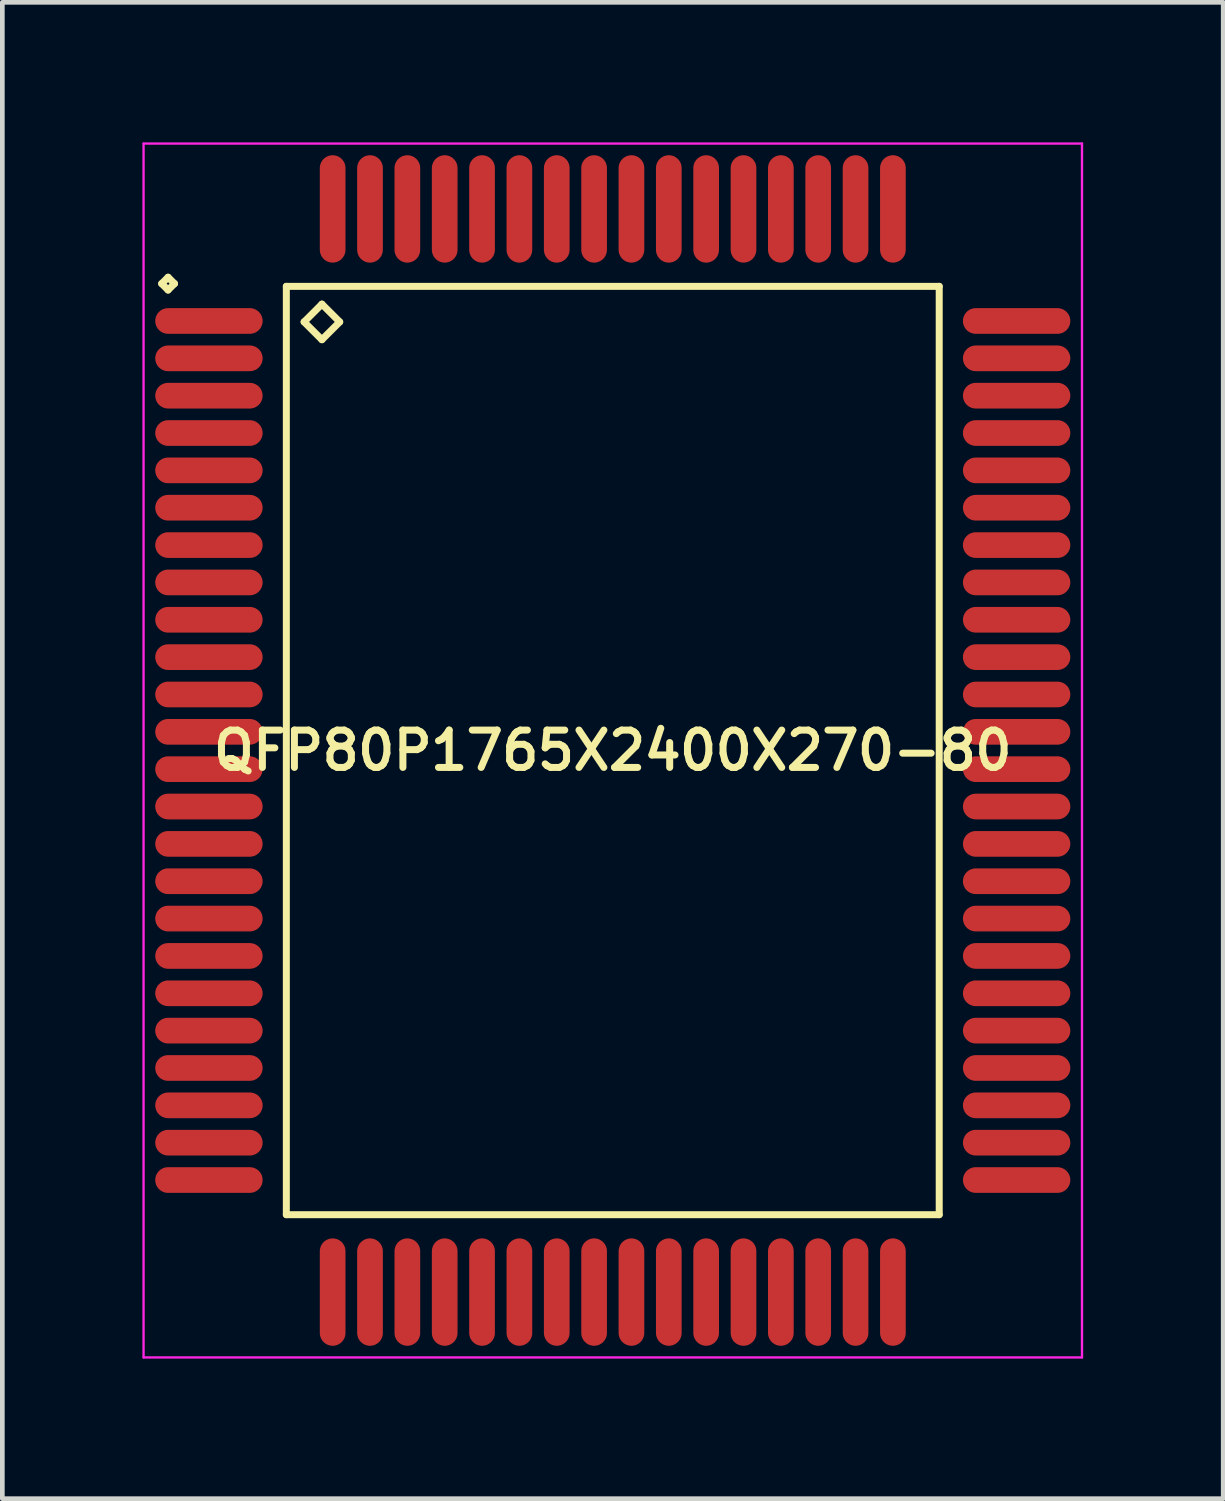
<source format=kicad_pcb>
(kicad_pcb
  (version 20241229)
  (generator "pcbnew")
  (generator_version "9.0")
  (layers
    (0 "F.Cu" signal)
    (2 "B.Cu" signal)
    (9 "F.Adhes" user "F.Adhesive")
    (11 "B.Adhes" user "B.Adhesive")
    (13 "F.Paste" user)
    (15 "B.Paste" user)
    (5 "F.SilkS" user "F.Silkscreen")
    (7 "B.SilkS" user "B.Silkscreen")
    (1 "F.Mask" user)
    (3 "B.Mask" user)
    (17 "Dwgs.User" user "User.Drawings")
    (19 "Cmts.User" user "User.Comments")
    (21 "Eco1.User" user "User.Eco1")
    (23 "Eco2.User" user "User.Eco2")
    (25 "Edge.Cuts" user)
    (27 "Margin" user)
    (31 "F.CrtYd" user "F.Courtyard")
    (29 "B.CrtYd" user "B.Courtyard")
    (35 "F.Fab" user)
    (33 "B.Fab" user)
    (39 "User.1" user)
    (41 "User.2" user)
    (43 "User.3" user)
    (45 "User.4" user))
  (footprint "QFP80P1765X2400X270-80"
    (layer "F.Cu")
    (at 10.075 13.025)
    (property "Reference" "QFP80P1765X2400X270-80" (at 0 0 0) (layer "F.SilkS") (effects (font (size 0.8 0.8) (thickness 0.15))))
    (attr smd)
    (fp_line (start -9.662 -10) (end -9.525 -10.137) (stroke (width 0.15) (type solid)) (layer "F.SilkS"))
    (fp_line (start -9.525 -10.137) (end -9.387 -10) (stroke (width 0.15) (type solid)) (layer "F.SilkS"))
    (fp_line (start -9.525 -9.863) (end -9.662 -10) (stroke (width 0.15) (type solid)) (layer "F.SilkS"))
    (fp_line (start -9.387 -10) (end -9.525 -9.863) (stroke (width 0.15) (type solid)) (layer "F.SilkS"))
    (fp_line (start -6.992 -9.942) (end -6.992 9.942) (stroke (width 0.15) (type solid)) (layer "F.SilkS"))
    (fp_line (start -6.992 9.942) (end 6.992 9.942) (stroke (width 0.15) (type solid)) (layer "F.SilkS"))
    (fp_line (start -6.611 -9.18) (end -6.23 -9.561) (stroke (width 0.15) (type solid)) (layer "F.SilkS"))
    (fp_line (start -6.23 -9.561) (end -5.849 -9.18) (stroke (width 0.15) (type solid)) (layer "F.SilkS"))
    (fp_line (start -6.23 -8.799) (end -6.611 -9.18) (stroke (width 0.15) (type solid)) (layer "F.SilkS"))
    (fp_line (start -5.849 -9.18) (end -6.23 -8.799) (stroke (width 0.15) (type solid)) (layer "F.SilkS"))
    (fp_line (start 6.992 -9.942) (end -6.992 -9.942) (stroke (width 0.15) (type solid)) (layer "F.SilkS"))
    (fp_line (start 6.992 9.942) (end 6.992 -9.942) (stroke (width 0.15) (type solid)) (layer "F.SilkS"))
    (fp_line (start -10.05 -13) (end 10.05 -13) (stroke (width 0.05) (type solid)) (layer "F.CrtYd"))
    (fp_line (start -10.05 13) (end -10.05 -13) (stroke (width 0.05) (type solid)) (layer "F.CrtYd"))
    (fp_line (start 10.05 -13) (end 10.05 13) (stroke (width 0.05) (type solid)) (layer "F.CrtYd"))
    (fp_line (start 10.05 13) (end -10.05 13) (stroke (width 0.05) (type solid)) (layer "F.CrtYd"))
    (pad "1" smd oval (at -8.65 -9.2) (size 2.3 0.55) (layers "F.Cu" "F.Mask" "F.Paste"))
    (pad "2" smd oval (at -8.65 -8.4) (size 2.3 0.55) (layers "F.Cu" "F.Mask" "F.Paste"))
    (pad "3" smd oval (at -8.65 -7.6) (size 2.3 0.55) (layers "F.Cu" "F.Mask" "F.Paste"))
    (pad "4" smd oval (at -8.65 -6.8) (size 2.3 0.55) (layers "F.Cu" "F.Mask" "F.Paste"))
    (pad "5" smd oval (at -8.65 -6) (size 2.3 0.55) (layers "F.Cu" "F.Mask" "F.Paste"))
    (pad "6" smd oval (at -8.65 -5.2) (size 2.3 0.55) (layers "F.Cu" "F.Mask" "F.Paste"))
    (pad "7" smd oval (at -8.65 -4.4) (size 2.3 0.55) (layers "F.Cu" "F.Mask" "F.Paste"))
    (pad "8" smd oval (at -8.65 -3.6) (size 2.3 0.55) (layers "F.Cu" "F.Mask" "F.Paste"))
    (pad "9" smd oval (at -8.65 -2.8) (size 2.3 0.55) (layers "F.Cu" "F.Mask" "F.Paste"))
    (pad "10" smd oval (at -8.65 -2) (size 2.3 0.55) (layers "F.Cu" "F.Mask" "F.Paste"))
    (pad "11" smd oval (at -8.65 -1.2) (size 2.3 0.55) (layers "F.Cu" "F.Mask" "F.Paste"))
    (pad "12" smd oval (at -8.65 -0.4) (size 2.3 0.55) (layers "F.Cu" "F.Mask" "F.Paste"))
    (pad "13" smd oval (at -8.65 0.4) (size 2.3 0.55) (layers "F.Cu" "F.Mask" "F.Paste"))
    (pad "14" smd oval (at -8.65 1.2) (size 2.3 0.55) (layers "F.Cu" "F.Mask" "F.Paste"))
    (pad "15" smd oval (at -8.65 2) (size 2.3 0.55) (layers "F.Cu" "F.Mask" "F.Paste"))
    (pad "16" smd oval (at -8.65 2.8) (size 2.3 0.55) (layers "F.Cu" "F.Mask" "F.Paste"))
    (pad "17" smd oval (at -8.65 3.6) (size 2.3 0.55) (layers "F.Cu" "F.Mask" "F.Paste"))
    (pad "18" smd oval (at -8.65 4.4) (size 2.3 0.55) (layers "F.Cu" "F.Mask" "F.Paste"))
    (pad "19" smd oval (at -8.65 5.2) (size 2.3 0.55) (layers "F.Cu" "F.Mask" "F.Paste"))
    (pad "20" smd oval (at -8.65 6) (size 2.3 0.55) (layers "F.Cu" "F.Mask" "F.Paste"))
    (pad "21" smd oval (at -8.65 6.8) (size 2.3 0.55) (layers "F.Cu" "F.Mask" "F.Paste"))
    (pad "22" smd oval (at -8.65 7.6) (size 2.3 0.55) (layers "F.Cu" "F.Mask" "F.Paste"))
    (pad "23" smd oval (at -8.65 8.4) (size 2.3 0.55) (layers "F.Cu" "F.Mask" "F.Paste"))
    (pad "24" smd oval (at -8.65 9.2) (size 2.3 0.55) (layers "F.Cu" "F.Mask" "F.Paste"))
    (pad "25" smd oval (at -6 11.6) (size 0.55 2.3) (layers "F.Cu" "F.Mask" "F.Paste"))
    (pad "26" smd oval (at -5.2 11.6) (size 0.55 2.3) (layers "F.Cu" "F.Mask" "F.Paste"))
    (pad "27" smd oval (at -4.4 11.6) (size 0.55 2.3) (layers "F.Cu" "F.Mask" "F.Paste"))
    (pad "28" smd oval (at -3.6 11.6) (size 0.55 2.3) (layers "F.Cu" "F.Mask" "F.Paste"))
    (pad "29" smd oval (at -2.8 11.6) (size 0.55 2.3) (layers "F.Cu" "F.Mask" "F.Paste"))
    (pad "30" smd oval (at -2 11.6) (size 0.55 2.3) (layers "F.Cu" "F.Mask" "F.Paste"))
    (pad "31" smd oval (at -1.2 11.6) (size 0.55 2.3) (layers "F.Cu" "F.Mask" "F.Paste"))
    (pad "32" smd oval (at -0.4 11.6) (size 0.55 2.3) (layers "F.Cu" "F.Mask" "F.Paste"))
    (pad "33" smd oval (at 0.4 11.6) (size 0.55 2.3) (layers "F.Cu" "F.Mask" "F.Paste"))
    (pad "34" smd oval (at 1.2 11.6) (size 0.55 2.3) (layers "F.Cu" "F.Mask" "F.Paste"))
    (pad "35" smd oval (at 2 11.6) (size 0.55 2.3) (layers "F.Cu" "F.Mask" "F.Paste"))
    (pad "36" smd oval (at 2.8 11.6) (size 0.55 2.3) (layers "F.Cu" "F.Mask" "F.Paste"))
    (pad "37" smd oval (at 3.6 11.6) (size 0.55 2.3) (layers "F.Cu" "F.Mask" "F.Paste"))
    (pad "38" smd oval (at 4.4 11.6) (size 0.55 2.3) (layers "F.Cu" "F.Mask" "F.Paste"))
    (pad "39" smd oval (at 5.2 11.6) (size 0.55 2.3) (layers "F.Cu" "F.Mask" "F.Paste"))
    (pad "40" smd oval (at 6 11.6) (size 0.55 2.3) (layers "F.Cu" "F.Mask" "F.Paste"))
    (pad "41" smd oval (at 8.65 9.2) (size 2.3 0.55) (layers "F.Cu" "F.Mask" "F.Paste"))
    (pad "42" smd oval (at 8.65 8.4) (size 2.3 0.55) (layers "F.Cu" "F.Mask" "F.Paste"))
    (pad "43" smd oval (at 8.65 7.6) (size 2.3 0.55) (layers "F.Cu" "F.Mask" "F.Paste"))
    (pad "44" smd oval (at 8.65 6.8) (size 2.3 0.55) (layers "F.Cu" "F.Mask" "F.Paste"))
    (pad "45" smd oval (at 8.65 6) (size 2.3 0.55) (layers "F.Cu" "F.Mask" "F.Paste"))
    (pad "46" smd oval (at 8.65 5.2) (size 2.3 0.55) (layers "F.Cu" "F.Mask" "F.Paste"))
    (pad "47" smd oval (at 8.65 4.4) (size 2.3 0.55) (layers "F.Cu" "F.Mask" "F.Paste"))
    (pad "48" smd oval (at 8.65 3.6) (size 2.3 0.55) (layers "F.Cu" "F.Mask" "F.Paste"))
    (pad "49" smd oval (at 8.65 2.8) (size 2.3 0.55) (layers "F.Cu" "F.Mask" "F.Paste"))
    (pad "50" smd oval (at 8.65 2) (size 2.3 0.55) (layers "F.Cu" "F.Mask" "F.Paste"))
    (pad "51" smd oval (at 8.65 1.2) (size 2.3 0.55) (layers "F.Cu" "F.Mask" "F.Paste"))
    (pad "52" smd oval (at 8.65 0.4) (size 2.3 0.55) (layers "F.Cu" "F.Mask" "F.Paste"))
    (pad "53" smd oval (at 8.65 -0.4) (size 2.3 0.55) (layers "F.Cu" "F.Mask" "F.Paste"))
    (pad "54" smd oval (at 8.65 -1.2) (size 2.3 0.55) (layers "F.Cu" "F.Mask" "F.Paste"))
    (pad "55" smd oval (at 8.65 -2) (size 2.3 0.55) (layers "F.Cu" "F.Mask" "F.Paste"))
    (pad "56" smd oval (at 8.65 -2.8) (size 2.3 0.55) (layers "F.Cu" "F.Mask" "F.Paste"))
    (pad "57" smd oval (at 8.65 -3.6) (size 2.3 0.55) (layers "F.Cu" "F.Mask" "F.Paste"))
    (pad "58" smd oval (at 8.65 -4.4) (size 2.3 0.55) (layers "F.Cu" "F.Mask" "F.Paste"))
    (pad "59" smd oval (at 8.65 -5.2) (size 2.3 0.55) (layers "F.Cu" "F.Mask" "F.Paste"))
    (pad "60" smd oval (at 8.65 -6) (size 2.3 0.55) (layers "F.Cu" "F.Mask" "F.Paste"))
    (pad "61" smd oval (at 8.65 -6.8) (size 2.3 0.55) (layers "F.Cu" "F.Mask" "F.Paste"))
    (pad "62" smd oval (at 8.65 -7.6) (size 2.3 0.55) (layers "F.Cu" "F.Mask" "F.Paste"))
    (pad "63" smd oval (at 8.65 -8.4) (size 2.3 0.55) (layers "F.Cu" "F.Mask" "F.Paste"))
    (pad "64" smd oval (at 8.65 -9.2) (size 2.3 0.55) (layers "F.Cu" "F.Mask" "F.Paste"))
    (pad "65" smd oval (at 6 -11.6) (size 0.55 2.3) (layers "F.Cu" "F.Mask" "F.Paste"))
    (pad "66" smd oval (at 5.2 -11.6) (size 0.55 2.3) (layers "F.Cu" "F.Mask" "F.Paste"))
    (pad "67" smd oval (at 4.4 -11.6) (size 0.55 2.3) (layers "F.Cu" "F.Mask" "F.Paste"))
    (pad "68" smd oval (at 3.6 -11.6) (size 0.55 2.3) (layers "F.Cu" "F.Mask" "F.Paste"))
    (pad "69" smd oval (at 2.8 -11.6) (size 0.55 2.3) (layers "F.Cu" "F.Mask" "F.Paste"))
    (pad "70" smd oval (at 2 -11.6) (size 0.55 2.3) (layers "F.Cu" "F.Mask" "F.Paste"))
    (pad "71" smd oval (at 1.2 -11.6) (size 0.55 2.3) (layers "F.Cu" "F.Mask" "F.Paste"))
    (pad "72" smd oval (at 0.4 -11.6) (size 0.55 2.3) (layers "F.Cu" "F.Mask" "F.Paste"))
    (pad "73" smd oval (at -0.4 -11.6) (size 0.55 2.3) (layers "F.Cu" "F.Mask" "F.Paste"))
    (pad "74" smd oval (at -1.2 -11.6) (size 0.55 2.3) (layers "F.Cu" "F.Mask" "F.Paste"))
    (pad "75" smd oval (at -2 -11.6) (size 0.55 2.3) (layers "F.Cu" "F.Mask" "F.Paste"))
    (pad "76" smd oval (at -2.8 -11.6) (size 0.55 2.3) (layers "F.Cu" "F.Mask" "F.Paste"))
    (pad "77" smd oval (at -3.6 -11.6) (size 0.55 2.3) (layers "F.Cu" "F.Mask" "F.Paste"))
    (pad "78" smd oval (at -4.4 -11.6) (size 0.55 2.3) (layers "F.Cu" "F.Mask" "F.Paste"))
    (pad "79" smd oval (at -5.2 -11.6) (size 0.55 2.3) (layers "F.Cu" "F.Mask" "F.Paste"))
    (pad "80" smd oval (at -6 -11.6) (size 0.55 2.3) (layers "F.Cu" "F.Mask" "F.Paste")))
  (gr_rect
    (start -3 -3)
    (end 23.15 29.05)
    (stroke (width 0.1) (type default))
    (fill no)
    (layer "Edge.Cuts")))
</source>
